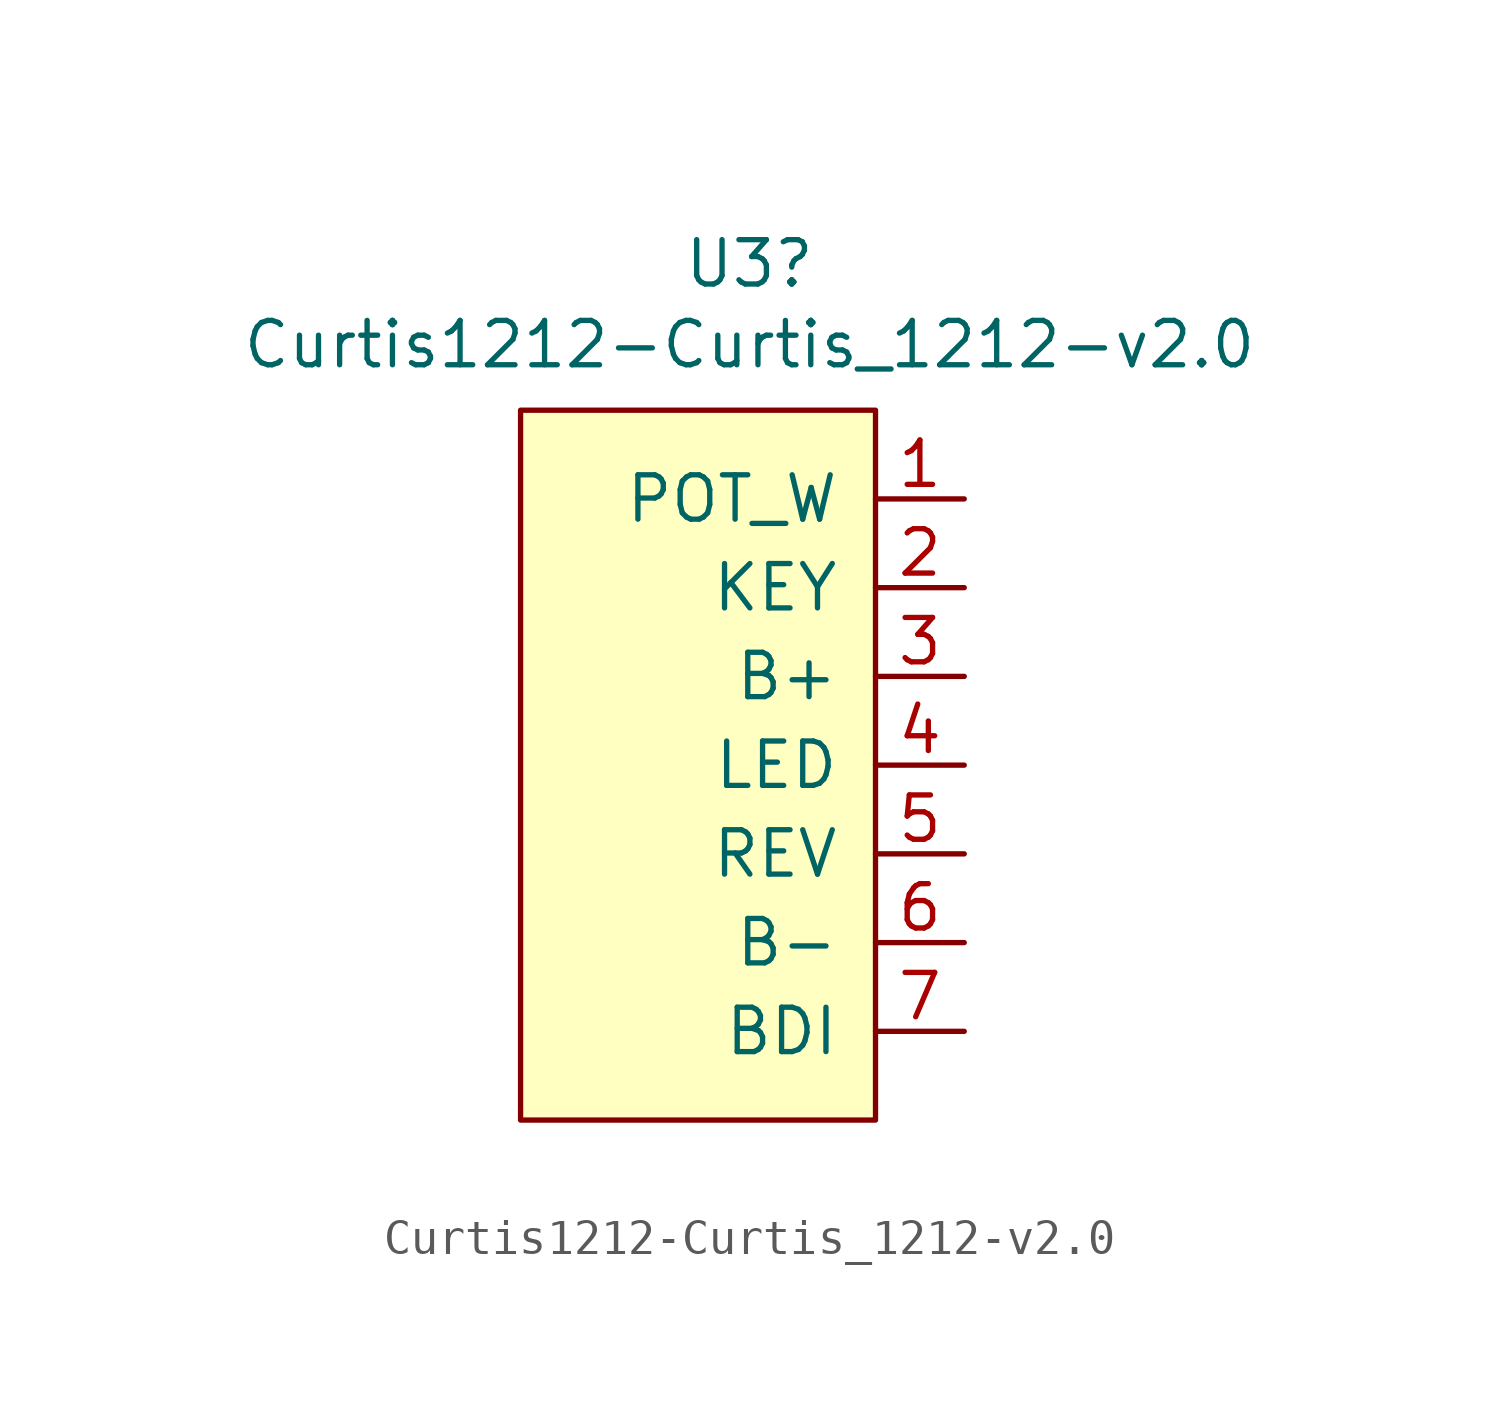
<source format=kicad_sym>
(kicad_symbol_lib
  (version 20211014)
  (generator kicad_symbol_editor)
  (symbol "Curtis1212-Curtis_1212-v2.0"
    (pin_names
      (offset 1.016))
    (property "Reference" "U3"
      (at 1.473 10.541 0)
      (effects (font (size 1.27 1.27))))
    (property "Value" "Curtis1212-Curtis_1212-v2.0"
      (at 1.473 8.23 0)
      (effects (font (size 1.27 1.27))))
    (symbol "Curtis1212-Curtis_1212-v2.0_0_1"
      (rectangle (start -5.08 6.35) (end 5.08 -13.97) (stroke (width 0) (type default) (color 0 0 0 0)) (fill (type background))))
    (symbol "Curtis1212-Curtis_1212-v2.0_1_1"
      (pin input line (at 7.62 3.81 180) (length 2.54) (name "POT_W" (effects (font (size 1.27 1.27)))) (number "1" (effects (font (size 1.27 1.27)))))
      (pin input line (at 7.62 1.27 180) (length 2.54) (name "KEY" (effects (font (size 1.27 1.27)))) (number "2" (effects (font (size 1.27 1.27)))))
      (pin power_out line (at 7.62 -1.27 180) (length 2.54) (name "B+" (effects (font (size 1.27 1.27)))) (number "3" (effects (font (size 1.27 1.27)))))
      (pin input line (at 7.62 -3.81 180) (length 2.54) (name "LED" (effects (font (size 1.27 1.27)))) (number "4" (effects (font (size 1.27 1.27)))))
      (pin input line (at 7.62 -6.35 180) (length 2.54) (name "REV" (effects (font (size 1.27 1.27)))) (number "5" (effects (font (size 1.27 1.27)))))
      (pin power_in line (at 7.62 -8.89 180) (length 2.54) (name "B-" (effects (font (size 1.27 1.27)))) (number "6" (effects (font (size 1.27 1.27)))))
      (pin output line (at 7.62 -11.43 180) (length 2.54) (name "BDI" (effects (font (size 1.27 1.27)))) (number "7" (effects (font (size 1.27 1.27))))))))
</source>
